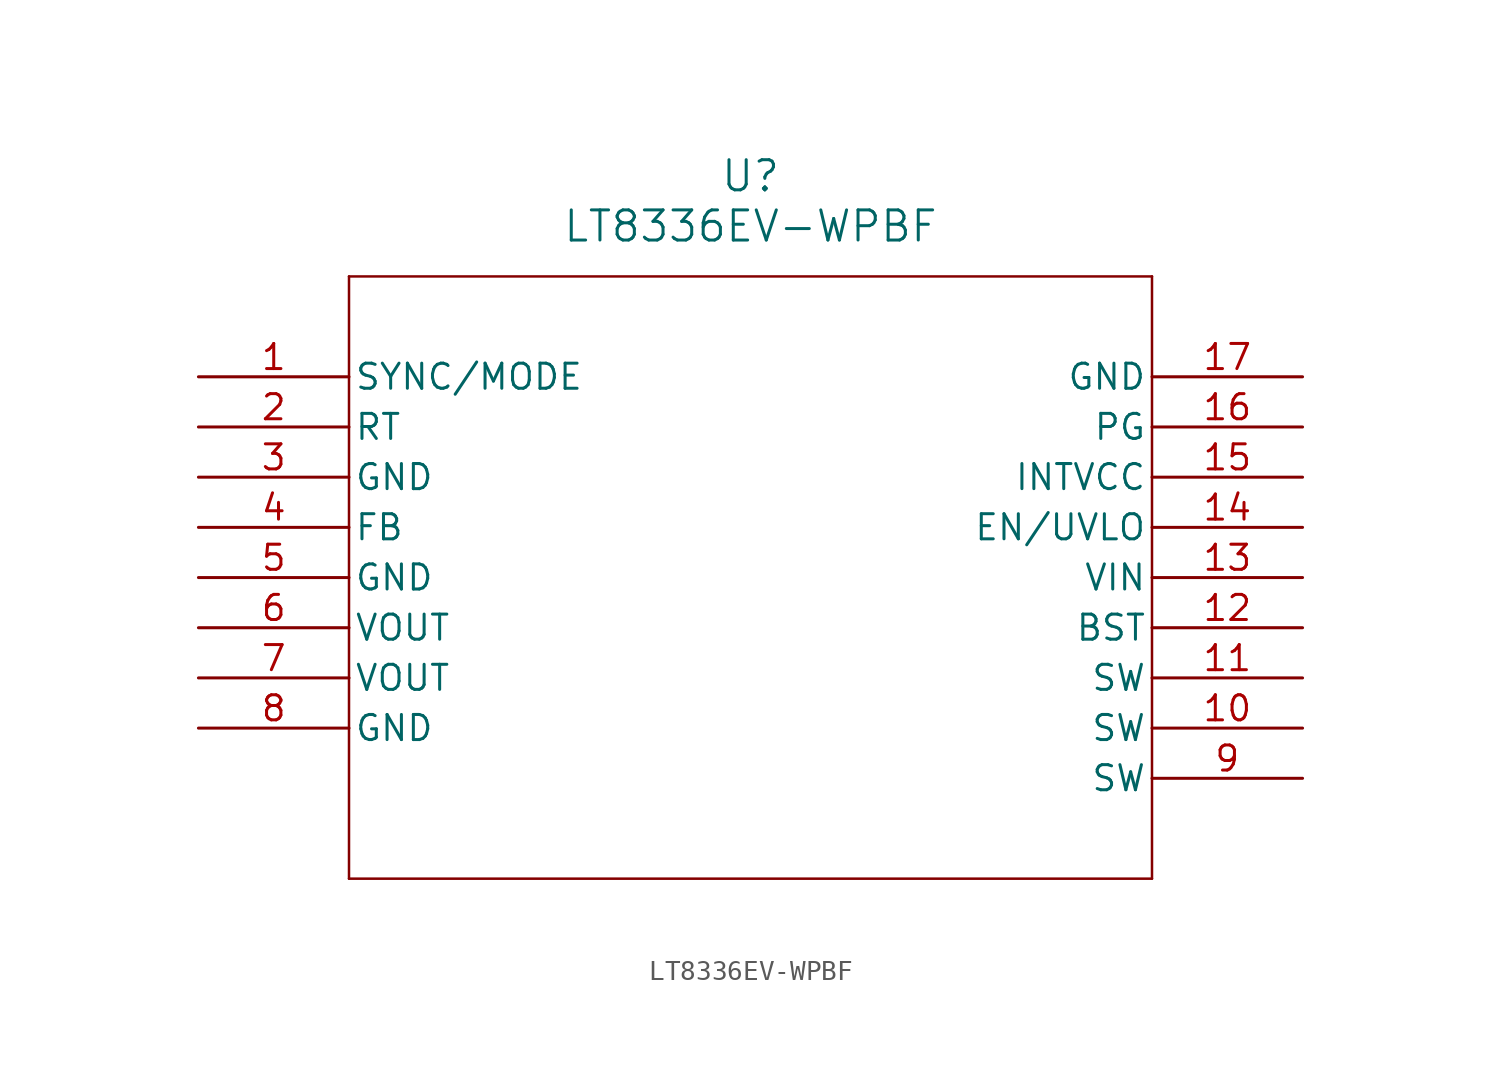
<source format=kicad_sym>
(kicad_symbol_lib
  (version 20211014)
  (generator kicad_symbol_editor)
  (symbol "LT8336EV-WPBF"
    (pin_names
      (offset 0.254))
    (property "Reference" "U"
      (at 27.94 10.16 0)
      (effects (font (size 1.524 1.524))))
    (property "Value" "LT8336EV-WPBF"
      (at 27.94 7.62 0)
      (effects (font (size 1.524 1.524))))
    (symbol "LT8336EV-WPBF_0_1"
      (polyline (pts (xy 7.62 5.08) (xy 7.62 -25.4)) (stroke (width 0.127) (type default) (color 0 0 0 0)) (fill (type none)))
      (polyline (pts (xy 7.62 -25.4) (xy 48.26 -25.4)) (stroke (width 0.127) (type default) (color 0 0 0 0)) (fill (type none)))
      (polyline (pts (xy 48.26 -25.4) (xy 48.26 5.08)) (stroke (width 0.127) (type default) (color 0 0 0 0)) (fill (type none)))
      (polyline (pts (xy 48.26 5.08) (xy 7.62 5.08)) (stroke (width 0.127) (type default) (color 0 0 0 0)) (fill (type none)))
      (pin input line (at 0 0 0) (length 7.62) (name "SYNC/MODE" (effects (font (size 1.27 1.27)))) (number "1" (effects (font (size 1.27 1.27)))))
      (pin unspecified line (at 0 -2.54 0) (length 7.62) (name "RT" (effects (font (size 1.27 1.27)))) (number "2" (effects (font (size 1.27 1.27)))))
      (pin power_out line (at 0 -5.08 0) (length 7.62) (name "GND" (effects (font (size 1.27 1.27)))) (number "3" (effects (font (size 1.27 1.27)))))
      (pin input line (at 0 -7.62 0) (length 7.62) (name "FB" (effects (font (size 1.27 1.27)))) (number "4" (effects (font (size 1.27 1.27)))))
      (pin power_out line (at 0 -10.16 0) (length 7.62) (name "GND" (effects (font (size 1.27 1.27)))) (number "5" (effects (font (size 1.27 1.27)))))
      (pin output line (at 0 -12.7 0) (length 7.62) (name "VOUT" (effects (font (size 1.27 1.27)))) (number "6" (effects (font (size 1.27 1.27)))))
      (pin output line (at 0 -15.24 0) (length 7.62) (name "VOUT" (effects (font (size 1.27 1.27)))) (number "7" (effects (font (size 1.27 1.27)))))
      (pin power_out line (at 0 -17.78 0) (length 7.62) (name "GND" (effects (font (size 1.27 1.27)))) (number "8" (effects (font (size 1.27 1.27)))))
      (pin power_in line (at 55.88 -20.32 180) (length 7.62) (name "SW" (effects (font (size 1.27 1.27)))) (number "9" (effects (font (size 1.27 1.27)))))
      (pin power_in line (at 55.88 -17.78 180) (length 7.62) (name "SW" (effects (font (size 1.27 1.27)))) (number "10" (effects (font (size 1.27 1.27)))))
      (pin power_in line (at 55.88 -15.24 180) (length 7.62) (name "SW" (effects (font (size 1.27 1.27)))) (number "11" (effects (font (size 1.27 1.27)))))
      (pin power_in line (at 55.88 -12.7 180) (length 7.62) (name "BST" (effects (font (size 1.27 1.27)))) (number "12" (effects (font (size 1.27 1.27)))))
      (pin power_in line (at 55.88 -10.16 180) (length 7.62) (name "VIN" (effects (font (size 1.27 1.27)))) (number "13" (effects (font (size 1.27 1.27)))))
      (pin input line (at 55.88 -7.62 180) (length 7.62) (name "EN/UVLO" (effects (font (size 1.27 1.27)))) (number "14" (effects (font (size 1.27 1.27)))))
      (pin power_in line (at 55.88 -5.08 180) (length 7.62) (name "INTVCC" (effects (font (size 1.27 1.27)))) (number "15" (effects (font (size 1.27 1.27)))))
      (pin output line (at 55.88 -2.54 180) (length 7.62) (name "PG" (effects (font (size 1.27 1.27)))) (number "16" (effects (font (size 1.27 1.27)))))
      (pin power_out line (at 55.88 0 180) (length 7.62) (name "GND" (effects (font (size 1.27 1.27)))) (number "17" (effects (font (size 1.27 1.27))))))))
</source>
